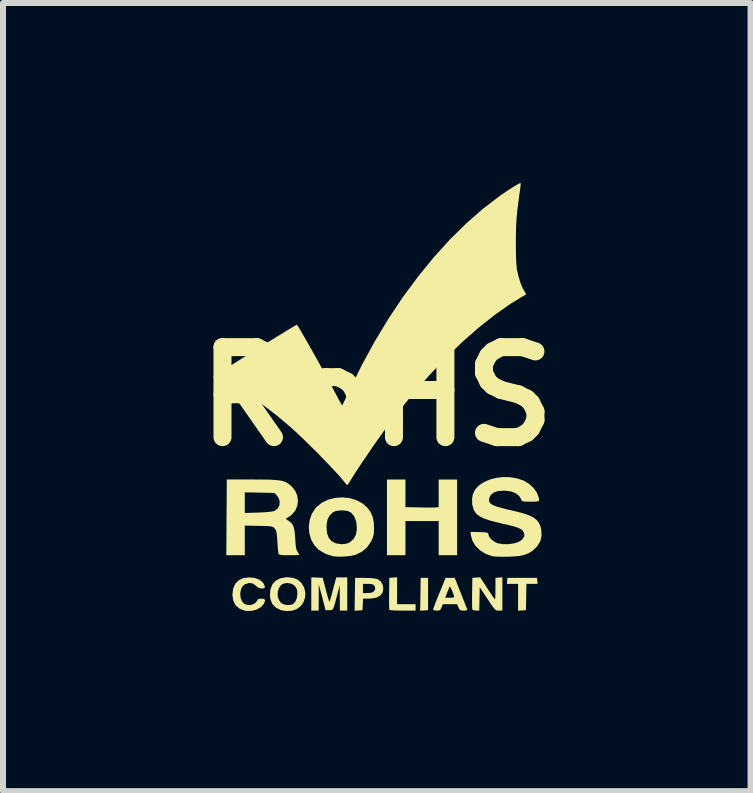
<source format=kicad_pcb>
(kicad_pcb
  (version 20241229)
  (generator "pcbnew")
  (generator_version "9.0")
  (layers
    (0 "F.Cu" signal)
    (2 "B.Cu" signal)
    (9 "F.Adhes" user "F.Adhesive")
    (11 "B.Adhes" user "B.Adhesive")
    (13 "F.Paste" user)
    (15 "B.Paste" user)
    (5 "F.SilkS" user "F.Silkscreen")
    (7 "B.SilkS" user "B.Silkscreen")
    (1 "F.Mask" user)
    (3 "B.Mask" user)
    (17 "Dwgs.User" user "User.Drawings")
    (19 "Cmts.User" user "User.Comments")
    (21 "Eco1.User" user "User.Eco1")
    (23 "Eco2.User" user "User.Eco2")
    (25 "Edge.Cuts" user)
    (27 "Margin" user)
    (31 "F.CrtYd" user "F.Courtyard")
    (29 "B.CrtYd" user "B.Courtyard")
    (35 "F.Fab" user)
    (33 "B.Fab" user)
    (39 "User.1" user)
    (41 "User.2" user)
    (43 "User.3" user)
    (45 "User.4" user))
  (footprint "RoHS"
    (layer "F.Cu")
    (at 3.229 3.556)
    (property "Reference" "RoHS" (at 0 0 0) (layer "F.SilkS") (effects (font (size 1.5 1.5) (thickness 0.3))))
    (attr board_only exclude_from_pos_files exclude_from_bom)
    (fp_poly (pts (xy 0.854 3.292) (xy 0.854 3.562) (xy 0.788 3.566) (xy 0.722 3.571) (xy 0.727 3.297) (xy 0.731 3.023) (xy 0.792 3.023) (xy 0.854 3.023)) (stroke (width 0) (type solid)) (fill yes) (layer "F.SilkS"))
    (fp_poly (pts (xy 2.674 3.073) (xy 2.679 3.123) (xy 2.586 3.123) (xy 2.493 3.123) (xy 2.489 3.342) (xy 2.485 3.562) (xy 2.419 3.566) (xy 2.354 3.571) (xy 2.354 3.347) (xy 2.354 3.123) (xy 2.261 3.123) (xy 2.167 3.123) (xy 2.172 3.073) (xy 2.177 3.023) (xy 2.423 3.023) (xy 2.669 3.023)) (stroke (width 0) (type solid)) (fill yes) (layer "F.SilkS"))
    (fp_poly (pts (xy 0.338 3.238) (xy 0.338 3.462) (xy 0.492 3.462) (xy 0.646 3.462) (xy 0.646 3.515) (xy 0.646 3.569) (xy 0.432 3.569) (xy 0.354 3.568) (xy 0.287 3.566) (xy 0.238 3.562) (xy 0.212 3.558) (xy 0.209 3.556) (xy 0.207 3.537) (xy 0.205 3.493) (xy 0.204 3.429) (xy 0.204 3.349) (xy 0.205 3.283) (xy 0.208 3.023) (xy 0.273 3.018) (xy 0.338 3.014)) (stroke (width 0) (type solid)) (fill yes) (layer "F.SilkS"))
    (fp_poly (pts (xy 0.477 1.615) (xy 0.477 1.845) (xy 0.712 1.849) (xy 0.797 1.851) (xy 0.874 1.851) (xy 0.937 1.851) (xy 0.978 1.85) (xy 0.988 1.849) (xy 1.031 1.844) (xy 1.031 1.614) (xy 1.031 1.385) (xy 1.185 1.385) (xy 1.338 1.385) (xy 1.338 2.015) (xy 1.338 2.646) (xy 1.185 2.646) (xy 1.031 2.646) (xy 1.031 2.362) (xy 1.031 2.077) (xy 0.754 2.077) (xy 0.477 2.077) (xy 0.477 2.362) (xy 0.477 2.646) (xy 0.323 2.646) (xy 0.169 2.646) (xy 0.169 2.015) (xy 0.169 1.385) (xy 0.323 1.385) (xy 0.477 1.385)) (stroke (width 0) (type solid)) (fill yes) (layer "F.SilkS"))
    (fp_poly (pts (xy -0.2 3.024) (xy -0.111 3.026) (xy -0.04 3.033) (xy 0.008 3.043) (xy 0.013 3.045) (xy 0.065 3.082) (xy 0.098 3.14) (xy 0.108 3.204) (xy 0.095 3.27) (xy 0.056 3.32) (xy -0.007 3.353) (xy -0.094 3.368) (xy -0.129 3.369) (xy -0.229 3.369) (xy -0.234 3.465) (xy -0.238 3.562) (xy -0.304 3.566) (xy -0.37 3.571) (xy -0.366 3.297) (xy -0.364 3.2) (xy -0.231 3.2) (xy -0.231 3.277) (xy -0.157 3.277) (xy -0.108 3.273) (xy -0.069 3.263) (xy -0.059 3.258) (xy -0.029 3.219) (xy -0.029 3.177) (xy -0.04 3.156) (xy -0.061 3.136) (xy -0.092 3.126) (xy -0.143 3.123) (xy -0.147 3.123) (xy -0.231 3.123) (xy -0.231 3.2) (xy -0.364 3.2) (xy -0.362 3.023)) (stroke (width 0) (type solid)) (fill yes) (layer "F.SilkS"))
    (fp_poly (pts (xy 2.092 3.291) (xy 2.092 3.569) (xy 2.033 3.569) (xy 2.01 3.569) (xy 1.991 3.564) (xy 1.972 3.551) (xy 1.95 3.527) (xy 1.921 3.488) (xy 1.881 3.429) (xy 1.844 3.374) (xy 1.715 3.179) (xy 1.711 3.374) (xy 1.707 3.569) (xy 1.653 3.569) (xy 1.615 3.564) (xy 1.593 3.551) (xy 1.591 3.549) (xy 1.589 3.528) (xy 1.588 3.481) (xy 1.587 3.415) (xy 1.587 3.335) (xy 1.588 3.276) (xy 1.592 3.023) (xy 1.657 3.018) (xy 1.722 3.014) (xy 1.842 3.198) (xy 1.885 3.264) (xy 1.923 3.32) (xy 1.951 3.36) (xy 1.967 3.382) (xy 1.969 3.384) (xy 1.972 3.37) (xy 1.975 3.331) (xy 1.976 3.273) (xy 1.977 3.204) (xy 1.977 3.023) (xy 2.035 3.018) (xy 2.092 3.014)) (stroke (width 0) (type solid)) (fill yes) (layer "F.SilkS"))
    (fp_poly (pts (xy -0.997 3.018) (xy -0.902 3.023) (xy -0.848 3.227) (xy -0.829 3.301) (xy -0.811 3.361) (xy -0.798 3.404) (xy -0.79 3.424) (xy -0.789 3.425) (xy -0.783 3.409) (xy -0.771 3.369) (xy -0.755 3.314) (xy -0.745 3.275) (xy -0.726 3.205) (xy -0.709 3.139) (xy -0.695 3.089) (xy -0.691 3.073) (xy -0.676 3.015) (xy -0.584 3.015) (xy -0.492 3.015) (xy -0.492 3.292) (xy -0.492 3.569) (xy -0.554 3.569) (xy -0.615 3.569) (xy -0.617 3.358) (xy -0.618 3.146) (xy -0.656 3.292) (xy -0.681 3.388) (xy -0.7 3.458) (xy -0.715 3.506) (xy -0.727 3.536) (xy -0.74 3.553) (xy -0.754 3.56) (xy -0.772 3.562) (xy -0.792 3.562) (xy -0.854 3.562) (xy -0.91 3.346) (xy -0.967 3.131) (xy -0.968 3.35) (xy -0.969 3.569) (xy -1.031 3.569) (xy -1.092 3.569) (xy -1.092 3.292) (xy -1.092 3.014)) (stroke (width 0) (type solid)) (fill yes) (layer "F.SilkS"))
    (fp_poly (pts (xy -1.398 3.023) (xy -1.32 3.052) (xy -1.259 3.105) (xy -1.257 3.106) (xy -1.212 3.182) (xy -1.191 3.265) (xy -1.195 3.349) (xy -1.222 3.429) (xy -1.271 3.497) (xy -1.337 3.545) (xy -1.415 3.571) (xy -1.505 3.577) (xy -1.593 3.562) (xy -1.606 3.558) (xy -1.686 3.516) (xy -1.742 3.457) (xy -1.773 3.378) (xy -1.78 3.327) (xy -1.652 3.327) (xy -1.646 3.353) (xy -1.626 3.401) (xy -1.595 3.441) (xy -1.59 3.445) (xy -1.54 3.469) (xy -1.478 3.477) (xy -1.419 3.469) (xy -1.399 3.461) (xy -1.361 3.425) (xy -1.336 3.369) (xy -1.324 3.303) (xy -1.328 3.236) (xy -1.341 3.192) (xy -1.377 3.147) (xy -1.431 3.118) (xy -1.493 3.108) (xy -1.554 3.119) (xy -1.59 3.139) (xy -1.63 3.189) (xy -1.651 3.255) (xy -1.652 3.327) (xy -1.78 3.327) (xy -1.781 3.319) (xy -1.774 3.219) (xy -1.743 3.137) (xy -1.689 3.074) (xy -1.614 3.032) (xy -1.519 3.014) (xy -1.495 3.013)) (stroke (width 0) (type solid)) (fill yes) (layer "F.SilkS"))
    (fp_poly (pts (xy 1.403 3.284) (xy 1.436 3.368) (xy 1.465 3.442) (xy 1.488 3.501) (xy 1.503 3.541) (xy 1.508 3.557) (xy 1.494 3.565) (xy 1.46 3.569) (xy 1.445 3.569) (xy 1.404 3.566) (xy 1.38 3.553) (xy 1.362 3.52) (xy 1.361 3.515) (xy 1.338 3.462) (xy 1.218 3.462) (xy 1.098 3.462) (xy 1.079 3.515) (xy 1.063 3.551) (xy 1.042 3.566) (xy 1.003 3.569) (xy 0.999 3.569) (xy 0.955 3.565) (xy 0.939 3.551) (xy 0.938 3.549) (xy 0.944 3.529) (xy 0.96 3.486) (xy 0.983 3.424) (xy 1.011 3.354) (xy 1.139 3.354) (xy 1.217 3.354) (xy 1.262 3.353) (xy 1.284 3.348) (xy 1.288 3.335) (xy 1.284 3.319) (xy 1.262 3.255) (xy 1.241 3.205) (xy 1.224 3.175) (xy 1.213 3.168) (xy 1.212 3.171) (xy 1.202 3.197) (xy 1.184 3.24) (xy 1.171 3.273) (xy 1.139 3.354) (xy 1.011 3.354) (xy 1.013 3.349) (xy 1.043 3.276) (xy 1.147 3.023) (xy 1.223 3.023) (xy 1.298 3.023)) (stroke (width 0) (type solid)) (fill yes) (layer "F.SilkS"))
    (fp_poly (pts (xy -2.033 3.025) (xy -1.957 3.053) (xy -1.903 3.096) (xy -1.885 3.122) (xy -1.866 3.166) (xy -1.867 3.189) (xy -1.89 3.199) (xy -1.917 3.2) (xy -1.965 3.192) (xy -2.007 3.163) (xy -2.015 3.154) (xy -2.069 3.116) (xy -2.13 3.108) (xy -2.198 3.13) (xy -2.199 3.13) (xy -2.24 3.167) (xy -2.266 3.223) (xy -2.276 3.287) (xy -2.27 3.353) (xy -2.249 3.412) (xy -2.212 3.454) (xy -2.201 3.461) (xy -2.144 3.477) (xy -2.082 3.472) (xy -2.03 3.446) (xy -2.022 3.439) (xy -1.997 3.409) (xy -1.985 3.387) (xy -1.985 3.385) (xy -1.971 3.375) (xy -1.937 3.37) (xy -1.923 3.369) (xy -1.88 3.374) (xy -1.862 3.392) (xy -1.868 3.425) (xy -1.887 3.462) (xy -1.934 3.513) (xy -2.001 3.551) (xy -2.08 3.572) (xy -2.164 3.575) (xy -2.204 3.568) (xy -2.29 3.535) (xy -2.352 3.481) (xy -2.39 3.408) (xy -2.406 3.315) (xy -2.406 3.301) (xy -2.394 3.202) (xy -2.359 3.122) (xy -2.302 3.064) (xy -2.224 3.028) (xy -2.126 3.015) (xy -2.124 3.015)) (stroke (width 0) (type solid)) (fill yes) (layer "F.SilkS"))
    (fp_poly (pts (xy -0.455 1.694) (xy -0.342 1.727) (xy -0.241 1.78) (xy -0.163 1.848) (xy -0.106 1.923) (xy -0.07 2.003) (xy -0.051 2.096) (xy -0.046 2.193) (xy -0.048 2.262) (xy -0.054 2.313) (xy -0.069 2.359) (xy -0.094 2.414) (xy -0.094 2.414) (xy -0.159 2.51) (xy -0.246 2.586) (xy -0.353 2.638) (xy -0.354 2.639) (xy -0.418 2.654) (xy -0.5 2.665) (xy -0.588 2.67) (xy -0.67 2.669) (xy -0.732 2.662) (xy -0.857 2.622) (xy -0.965 2.557) (xy -0.971 2.553) (xy -1.044 2.476) (xy -1.095 2.383) (xy -1.125 2.279) (xy -1.133 2.176) (xy -0.838 2.176) (xy -0.829 2.279) (xy -0.8 2.359) (xy -0.75 2.415) (xy -0.68 2.449) (xy -0.589 2.462) (xy -0.583 2.462) (xy -0.516 2.456) (xy -0.465 2.439) (xy -0.445 2.427) (xy -0.386 2.374) (xy -0.35 2.309) (xy -0.334 2.226) (xy -0.333 2.184) (xy -0.345 2.079) (xy -0.378 1.996) (xy -0.431 1.935) (xy -0.436 1.932) (xy -0.487 1.909) (xy -0.554 1.899) (xy -0.626 1.9) (xy -0.692 1.912) (xy -0.733 1.932) (xy -0.788 1.985) (xy -0.821 2.05) (xy -0.836 2.133) (xy -0.838 2.176) (xy -1.133 2.176) (xy -1.133 2.169) (xy -1.119 2.06) (xy -1.083 1.956) (xy -1.024 1.864) (xy -1.003 1.841) (xy -0.915 1.77) (xy -0.81 1.72) (xy -0.695 1.691) (xy -0.574 1.682)) (stroke (width 0) (type solid)) (fill yes) (layer "F.SilkS"))
    (fp_poly (pts (xy -2.069 1.384) (xy -1.927 1.385) (xy -1.812 1.386) (xy -1.72 1.39) (xy -1.648 1.396) (xy -1.59 1.404) (xy -1.544 1.417) (xy -1.506 1.434) (xy -1.472 1.455) (xy -1.438 1.483) (xy -1.424 1.494) (xy -1.363 1.566) (xy -1.327 1.649) (xy -1.314 1.736) (xy -1.325 1.823) (xy -1.36 1.904) (xy -1.417 1.971) (xy -1.453 1.998) (xy -1.519 2.04) (xy -1.468 2.074) (xy -1.428 2.105) (xy -1.399 2.143) (xy -1.38 2.193) (xy -1.368 2.26) (xy -1.36 2.352) (xy -1.359 2.375) (xy -1.354 2.457) (xy -1.347 2.516) (xy -1.338 2.556) (xy -1.324 2.584) (xy -1.322 2.588) (xy -1.302 2.619) (xy -1.292 2.637) (xy -1.292 2.638) (xy -1.307 2.641) (xy -1.346 2.644) (xy -1.403 2.646) (xy -1.46 2.646) (xy -1.535 2.646) (xy -1.585 2.643) (xy -1.615 2.638) (xy -1.631 2.63) (xy -1.638 2.62) (xy -1.642 2.595) (xy -1.648 2.546) (xy -1.653 2.481) (xy -1.657 2.418) (xy -1.662 2.339) (xy -1.668 2.284) (xy -1.676 2.247) (xy -1.687 2.221) (xy -1.701 2.202) (xy -1.715 2.186) (xy -1.731 2.175) (xy -1.753 2.168) (xy -1.786 2.163) (xy -1.837 2.16) (xy -1.909 2.158) (xy -1.968 2.157) (xy -2.2 2.152) (xy -2.2 2.399) (xy -2.2 2.646) (xy -2.354 2.646) (xy -2.508 2.646) (xy -2.504 2.014) (xy -2.502 1.77) (xy -2.2 1.77) (xy -2.2 1.942) (xy -1.973 1.935) (xy -1.867 1.93) (xy -1.784 1.923) (xy -1.726 1.914) (xy -1.703 1.907) (xy -1.652 1.868) (xy -1.623 1.813) (xy -1.618 1.752) (xy -1.637 1.69) (xy -1.66 1.658) (xy -1.705 1.608) (xy -1.953 1.603) (xy -2.2 1.598) (xy -2.2 1.77) (xy -2.502 1.77) (xy -2.5 1.383)) (stroke (width 0) (type solid)) (fill yes) (layer "F.SilkS"))
    (fp_poly (pts (xy 2.224 1.346) (xy 2.341 1.366) (xy 2.451 1.404) (xy 2.538 1.457) (xy 2.612 1.525) (xy 2.666 1.602) (xy 2.683 1.642) (xy 2.7 1.692) (xy 2.705 1.725) (xy 2.696 1.743) (xy 2.667 1.751) (xy 2.614 1.754) (xy 2.563 1.754) (xy 2.495 1.753) (xy 2.452 1.751) (xy 2.427 1.746) (xy 2.414 1.735) (xy 2.407 1.719) (xy 2.407 1.719) (xy 2.373 1.658) (xy 2.314 1.612) (xy 2.233 1.582) (xy 2.132 1.57) (xy 2.118 1.57) (xy 2.02 1.577) (xy 1.948 1.601) (xy 1.9 1.641) (xy 1.884 1.669) (xy 1.87 1.712) (xy 1.871 1.748) (xy 1.889 1.779) (xy 1.925 1.806) (xy 1.984 1.831) (xy 2.068 1.856) (xy 2.178 1.884) (xy 2.215 1.892) (xy 2.354 1.925) (xy 2.465 1.956) (xy 2.553 1.988) (xy 2.619 2.023) (xy 2.668 2.063) (xy 2.703 2.109) (xy 2.726 2.163) (xy 2.739 2.216) (xy 2.746 2.319) (xy 2.726 2.409) (xy 2.677 2.491) (xy 2.647 2.523) (xy 2.588 2.576) (xy 2.526 2.614) (xy 2.455 2.641) (xy 2.369 2.659) (xy 2.262 2.668) (xy 2.185 2.671) (xy 2.102 2.672) (xy 2.026 2.67) (xy 1.963 2.667) (xy 1.923 2.662) (xy 1.919 2.661) (xy 1.809 2.621) (xy 1.716 2.562) (xy 1.642 2.488) (xy 1.591 2.402) (xy 1.567 2.309) (xy 1.562 2.257) (xy 1.699 2.26) (xy 1.771 2.263) (xy 1.818 2.266) (xy 1.845 2.273) (xy 1.858 2.284) (xy 1.861 2.301) (xy 1.862 2.307) (xy 1.874 2.342) (xy 1.907 2.381) (xy 1.952 2.417) (xy 2.001 2.442) (xy 2.012 2.446) (xy 2.098 2.461) (xy 2.188 2.462) (xy 2.275 2.451) (xy 2.351 2.429) (xy 2.408 2.397) (xy 2.423 2.382) (xy 2.453 2.34) (xy 2.46 2.305) (xy 2.447 2.262) (xy 2.444 2.256) (xy 2.428 2.232) (xy 2.4 2.211) (xy 2.357 2.19) (xy 2.295 2.169) (xy 2.21 2.147) (xy 2.1 2.122) (xy 1.967 2.09) (xy 1.86 2.06) (xy 1.777 2.03) (xy 1.714 1.998) (xy 1.667 1.963) (xy 1.634 1.922) (xy 1.614 1.886) (xy 1.59 1.804) (xy 1.587 1.71) (xy 1.6 1.631) (xy 1.637 1.553) (xy 1.699 1.485) (xy 1.781 1.43) (xy 1.879 1.386) (xy 1.988 1.357) (xy 2.105 1.343)) (stroke (width 0) (type solid)) (fill yes) (layer "F.SilkS"))
    (fp_poly (pts (xy 2.397 -3.535) (xy 2.393 -3.491) (xy 2.385 -3.431) (xy 2.378 -3.382) (xy 2.366 -3.293) (xy 2.353 -3.191) (xy 2.34 -3.092) (xy 2.336 -3.054) (xy 2.329 -2.972) (xy 2.323 -2.871) (xy 2.319 -2.758) (xy 2.317 -2.637) (xy 2.317 -2.515) (xy 2.318 -2.398) (xy 2.321 -2.291) (xy 2.326 -2.2) (xy 2.332 -2.132) (xy 2.336 -2.108) (xy 2.362 -1.996) (xy 2.393 -1.895) (xy 2.428 -1.81) (xy 2.456 -1.76) (xy 2.478 -1.726) (xy 2.489 -1.705) (xy 2.489 -1.702) (xy 2.232 -1.546) (xy 1.97 -1.362) (xy 1.703 -1.151) (xy 1.434 -0.916) (xy 1.164 -0.656) (xy 0.895 -0.375) (xy 0.629 -0.074) (xy 0.367 0.246) (xy 0.196 0.469) (xy 0.139 0.546) (xy 0.073 0.639) (xy 0.000248 0.742) (xy -0.076 0.851) (xy -0.152 0.963) (xy -0.226 1.072) (xy -0.295 1.175) (xy -0.356 1.268) (xy -0.405 1.345) (xy -0.44 1.402) (xy -0.447 1.414) (xy -0.47 1.451) (xy -0.487 1.474) (xy -0.492 1.477) (xy -0.507 1.466) (xy -0.53 1.439) (xy -0.533 1.435) (xy -0.577 1.38) (xy -0.639 1.309) (xy -0.718 1.224) (xy -0.808 1.128) (xy -0.907 1.026) (xy -1.01 0.92) (xy -1.116 0.816) (xy -1.219 0.715) (xy -1.318 0.621) (xy -1.407 0.539) (xy -1.446 0.504) (xy -1.659 0.324) (xy -1.87 0.162) (xy -2.076 0.02) (xy -2.274 -0.102) (xy -2.463 -0.201) (xy -2.638 -0.275) (xy -2.643 -0.277) (xy -2.69 -0.296) (xy -2.72 -0.313) (xy -2.728 -0.324) (xy -2.728 -0.324) (xy -2.709 -0.338) (xy -2.668 -0.365) (xy -2.607 -0.405) (xy -2.53 -0.454) (xy -2.439 -0.512) (xy -2.337 -0.577) (xy -2.227 -0.646) (xy -2.112 -0.718) (xy -1.995 -0.791) (xy -1.878 -0.864) (xy -1.766 -0.933) (xy -1.661 -0.998) (xy -1.565 -1.057) (xy -1.482 -1.108) (xy -1.414 -1.149) (xy -1.365 -1.178) (xy -1.337 -1.193) (xy -1.332 -1.195) (xy -1.321 -1.181) (xy -1.297 -1.143) (xy -1.262 -1.084) (xy -1.218 -1.008) (xy -1.166 -0.918) (xy -1.108 -0.816) (xy -1.047 -0.707) (xy -0.984 -0.594) (xy -0.92 -0.479) (xy -0.858 -0.366) (xy -0.799 -0.258) (xy -0.746 -0.159) (xy -0.704 -0.08) (xy -0.664 -0.004) (xy -0.629 0.062) (xy -0.601 0.112) (xy -0.582 0.143) (xy -0.576 0.151) (xy -0.569 0.136) (xy -0.55 0.098) (xy -0.523 0.04) (xy -0.489 -0.032) (xy -0.45 -0.115) (xy -0.447 -0.123) (xy -0.246 -0.53) (xy -0.031 -0.923) (xy 0.197 -1.3) (xy 0.437 -1.659) (xy 0.688 -1.998) (xy 0.947 -2.316) (xy 1.215 -2.612) (xy 1.489 -2.882) (xy 1.767 -3.126) (xy 2.05 -3.342) (xy 2.184 -3.434) (xy 2.254 -3.479) (xy 2.315 -3.516) (xy 2.361 -3.542) (xy 2.39 -3.556) (xy 2.397 -3.556)) (stroke (width 0) (type solid)) (fill yes) (layer "F.SilkS")))
  (gr_rect
    (start -3 -3)
    (end 9.457 10.133)
    (stroke (width 0.1) (type default))
    (fill no)
    (layer "Edge.Cuts")))
</source>
